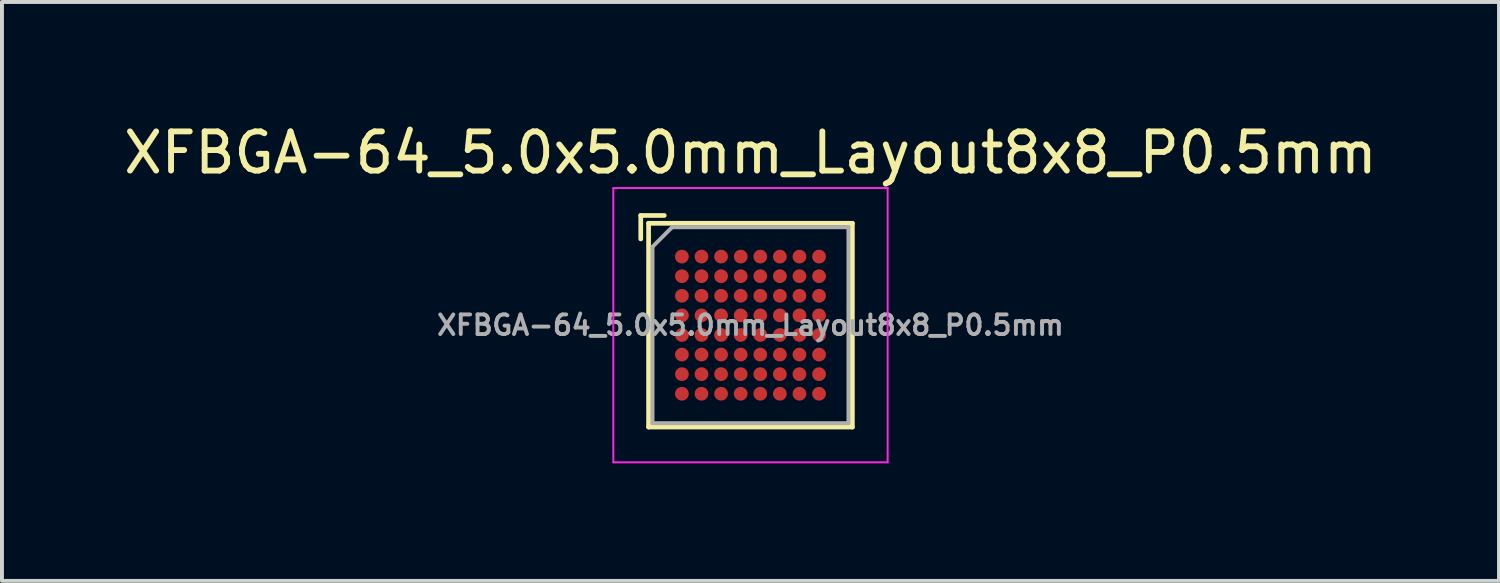
<source format=kicad_pcb>
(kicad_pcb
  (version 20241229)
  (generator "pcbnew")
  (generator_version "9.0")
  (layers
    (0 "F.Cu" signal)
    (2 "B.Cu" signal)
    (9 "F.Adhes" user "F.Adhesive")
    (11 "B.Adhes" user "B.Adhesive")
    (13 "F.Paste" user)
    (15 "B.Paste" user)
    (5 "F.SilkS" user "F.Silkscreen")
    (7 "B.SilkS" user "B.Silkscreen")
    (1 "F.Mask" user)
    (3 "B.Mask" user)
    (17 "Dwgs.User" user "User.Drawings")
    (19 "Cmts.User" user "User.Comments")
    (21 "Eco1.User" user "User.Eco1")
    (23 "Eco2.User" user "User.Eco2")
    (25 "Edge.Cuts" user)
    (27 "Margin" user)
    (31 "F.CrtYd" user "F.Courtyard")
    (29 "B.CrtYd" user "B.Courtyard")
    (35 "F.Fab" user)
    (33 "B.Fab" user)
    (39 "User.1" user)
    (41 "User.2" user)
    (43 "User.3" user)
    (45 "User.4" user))
  (footprint "XFBGA-64_5.0x5.0mm_Layout8x8_P0.5mm"
    (layer "F.Cu")
    (at 16.101 5.248)
    (property "Reference" "XFBGA-64_5.0x5.0mm_Layout8x8_P0.5mm" (at 0 -4.4 0) (layer "F.SilkS") (effects (font (size 1 1) (thickness 0.15))))
    (attr smd)
    (fp_line (start -2.8 -2.8) (end -2.8 -2.2) (stroke (width 0.12) (type solid)) (layer "F.SilkS"))
    (fp_line (start -2.6 -2.6) (end -2.6 2.6) (stroke (width 0.12) (type solid)) (layer "F.SilkS"))
    (fp_line (start -2.6 -2.6) (end 2.6 -2.6) (stroke (width 0.12) (type solid)) (layer "F.SilkS"))
    (fp_line (start -2.6 2.6) (end 2.6 2.6) (stroke (width 0.12) (type solid)) (layer "F.SilkS"))
    (fp_line (start -2.2 -2.8) (end -2.8 -2.8) (stroke (width 0.12) (type solid)) (layer "F.SilkS"))
    (fp_line (start 2.6 -2.6) (end 2.6 2.6) (stroke (width 0.12) (type solid)) (layer "F.SilkS"))
    (fp_line (start -3.5 -3.5) (end 3.5 -3.5) (stroke (width 0.05) (type solid)) (layer "F.CrtYd"))
    (fp_line (start -3.5 3.5) (end -3.5 -3.5) (stroke (width 0.05) (type solid)) (layer "F.CrtYd"))
    (fp_line (start -3.5 3.5) (end 3.5 3.5) (stroke (width 0.05) (type solid)) (layer "F.CrtYd"))
    (fp_line (start 3.5 3.5) (end 3.5 -3.5) (stroke (width 0.05) (type solid)) (layer "F.CrtYd"))
    (fp_line (start -2.5 -2) (end -2 -2.5) (stroke (width 0.1) (type solid)) (layer "F.Fab"))
    (fp_line (start -2.5 2.5) (end -2.5 -2) (stroke (width 0.1) (type solid)) (layer "F.Fab"))
    (fp_line (start -2.5 2.5) (end 2.5 2.5) (stroke (width 0.1) (type solid)) (layer "F.Fab"))
    (fp_line (start -2 -2.5) (end 2.5 -2.5) (stroke (width 0.1) (type solid)) (layer "F.Fab"))
    (fp_line (start 2.5 2.5) (end 2.5 -2.5) (stroke (width 0.1) (type solid)) (layer "F.Fab"))
    (fp_text user "${REFERENCE}" (at 0 0 0) (layer "F.Fab") (effects (font (size 0.5 0.5) (thickness 0.1))))
    (pad "A1" smd circle (at -1.75 -1.75) (size 0.35 0.35) (layers "F.Cu" "F.Mask" "F.Paste"))
    (pad "A2" smd circle (at -1.25 -1.75) (size 0.35 0.35) (layers "F.Cu" "F.Mask" "F.Paste"))
    (pad "A3" smd circle (at -0.75 -1.75) (size 0.35 0.35) (layers "F.Cu" "F.Mask" "F.Paste"))
    (pad "A4" smd circle (at -0.25 -1.75) (size 0.35 0.35) (layers "F.Cu" "F.Mask" "F.Paste"))
    (pad "A5" smd circle (at 0.25 -1.75) (size 0.35 0.35) (layers "F.Cu" "F.Mask" "F.Paste"))
    (pad "A6" smd circle (at 0.75 -1.75) (size 0.35 0.35) (layers "F.Cu" "F.Mask" "F.Paste"))
    (pad "A7" smd circle (at 1.25 -1.75) (size 0.35 0.35) (layers "F.Cu" "F.Mask" "F.Paste"))
    (pad "A8" smd circle (at 1.75 -1.75) (size 0.35 0.35) (layers "F.Cu" "F.Mask" "F.Paste"))
    (pad "B1" smd circle (at -1.75 -1.25) (size 0.35 0.35) (layers "F.Cu" "F.Mask" "F.Paste"))
    (pad "B2" smd circle (at -1.25 -1.25) (size 0.35 0.35) (layers "F.Cu" "F.Mask" "F.Paste"))
    (pad "B3" smd circle (at -0.75 -1.25) (size 0.35 0.35) (layers "F.Cu" "F.Mask" "F.Paste"))
    (pad "B4" smd circle (at -0.25 -1.25) (size 0.35 0.35) (layers "F.Cu" "F.Mask" "F.Paste"))
    (pad "B5" smd circle (at 0.25 -1.25) (size 0.35 0.35) (layers "F.Cu" "F.Mask" "F.Paste"))
    (pad "B6" smd circle (at 0.75 -1.25) (size 0.35 0.35) (layers "F.Cu" "F.Mask" "F.Paste"))
    (pad "B7" smd circle (at 1.25 -1.25) (size 0.35 0.35) (layers "F.Cu" "F.Mask" "F.Paste"))
    (pad "B8" smd circle (at 1.75 -1.25) (size 0.35 0.35) (layers "F.Cu" "F.Mask" "F.Paste"))
    (pad "C1" smd circle (at -1.75 -0.75) (size 0.35 0.35) (layers "F.Cu" "F.Mask" "F.Paste"))
    (pad "C2" smd circle (at -1.25 -0.75) (size 0.35 0.35) (layers "F.Cu" "F.Mask" "F.Paste"))
    (pad "C3" smd circle (at -0.75 -0.75) (size 0.35 0.35) (layers "F.Cu" "F.Mask" "F.Paste"))
    (pad "C4" smd circle (at -0.25 -0.75) (size 0.35 0.35) (layers "F.Cu" "F.Mask" "F.Paste"))
    (pad "C5" smd circle (at 0.25 -0.75) (size 0.35 0.35) (layers "F.Cu" "F.Mask" "F.Paste"))
    (pad "C6" smd circle (at 0.75 -0.75) (size 0.35 0.35) (layers "F.Cu" "F.Mask" "F.Paste"))
    (pad "C7" smd circle (at 1.25 -0.75) (size 0.35 0.35) (layers "F.Cu" "F.Mask" "F.Paste"))
    (pad "C8" smd circle (at 1.75 -0.75) (size 0.35 0.35) (layers "F.Cu" "F.Mask" "F.Paste"))
    (pad "D1" smd circle (at -1.75 -0.25) (size 0.35 0.35) (layers "F.Cu" "F.Mask" "F.Paste"))
    (pad "D2" smd circle (at -1.25 -0.25) (size 0.35 0.35) (layers "F.Cu" "F.Mask" "F.Paste"))
    (pad "D3" smd circle (at -0.75 -0.25) (size 0.35 0.35) (layers "F.Cu" "F.Mask" "F.Paste"))
    (pad "D4" smd circle (at -0.25 -0.25) (size 0.35 0.35) (layers "F.Cu" "F.Mask" "F.Paste"))
    (pad "D5" smd circle (at 0.25 -0.25) (size 0.35 0.35) (layers "F.Cu" "F.Mask" "F.Paste"))
    (pad "D6" smd circle (at 0.75 -0.25) (size 0.35 0.35) (layers "F.Cu" "F.Mask" "F.Paste"))
    (pad "D7" smd circle (at 1.25 -0.25) (size 0.35 0.35) (layers "F.Cu" "F.Mask" "F.Paste"))
    (pad "D8" smd circle (at 1.75 -0.25) (size 0.35 0.35) (layers "F.Cu" "F.Mask" "F.Paste"))
    (pad "E1" smd circle (at -1.75 0.25) (size 0.35 0.35) (layers "F.Cu" "F.Mask" "F.Paste"))
    (pad "E2" smd circle (at -1.25 0.25) (size 0.35 0.35) (layers "F.Cu" "F.Mask" "F.Paste"))
    (pad "E3" smd circle (at -0.75 0.25) (size 0.35 0.35) (layers "F.Cu" "F.Mask" "F.Paste"))
    (pad "E4" smd circle (at -0.25 0.25) (size 0.35 0.35) (layers "F.Cu" "F.Mask" "F.Paste"))
    (pad "E5" smd circle (at 0.25 0.25) (size 0.35 0.35) (layers "F.Cu" "F.Mask" "F.Paste"))
    (pad "E6" smd circle (at 0.75 0.25) (size 0.35 0.35) (layers "F.Cu" "F.Mask" "F.Paste"))
    (pad "E7" smd circle (at 1.25 0.25) (size 0.35 0.35) (layers "F.Cu" "F.Mask" "F.Paste"))
    (pad "E8" smd circle (at 1.75 0.25) (size 0.35 0.35) (layers "F.Cu" "F.Mask" "F.Paste"))
    (pad "F1" smd circle (at -1.75 0.75) (size 0.35 0.35) (layers "F.Cu" "F.Mask" "F.Paste"))
    (pad "F2" smd circle (at -1.25 0.75) (size 0.35 0.35) (layers "F.Cu" "F.Mask" "F.Paste"))
    (pad "F3" smd circle (at -0.75 0.75) (size 0.35 0.35) (layers "F.Cu" "F.Mask" "F.Paste"))
    (pad "F4" smd circle (at -0.25 0.75) (size 0.35 0.35) (layers "F.Cu" "F.Mask" "F.Paste"))
    (pad "F5" smd circle (at 0.25 0.75) (size 0.35 0.35) (layers "F.Cu" "F.Mask" "F.Paste"))
    (pad "F6" smd circle (at 0.75 0.75) (size 0.35 0.35) (layers "F.Cu" "F.Mask" "F.Paste"))
    (pad "F7" smd circle (at 1.25 0.75) (size 0.35 0.35) (layers "F.Cu" "F.Mask" "F.Paste"))
    (pad "F8" smd circle (at 1.75 0.75) (size 0.35 0.35) (layers "F.Cu" "F.Mask" "F.Paste"))
    (pad "G1" smd circle (at -1.75 1.25) (size 0.35 0.35) (layers "F.Cu" "F.Mask" "F.Paste"))
    (pad "G2" smd circle (at -1.25 1.25) (size 0.35 0.35) (layers "F.Cu" "F.Mask" "F.Paste"))
    (pad "G3" smd circle (at -0.75 1.25) (size 0.35 0.35) (layers "F.Cu" "F.Mask" "F.Paste"))
    (pad "G4" smd circle (at -0.25 1.25) (size 0.35 0.35) (layers "F.Cu" "F.Mask" "F.Paste"))
    (pad "G5" smd circle (at 0.25 1.25) (size 0.35 0.35) (layers "F.Cu" "F.Mask" "F.Paste"))
    (pad "G6" smd circle (at 0.75 1.25) (size 0.35 0.35) (layers "F.Cu" "F.Mask" "F.Paste"))
    (pad "G7" smd circle (at 1.25 1.25) (size 0.35 0.35) (layers "F.Cu" "F.Mask" "F.Paste"))
    (pad "G8" smd circle (at 1.75 1.25) (size 0.35 0.35) (layers "F.Cu" "F.Mask" "F.Paste"))
    (pad "H1" smd circle (at -1.75 1.75) (size 0.35 0.35) (layers "F.Cu" "F.Mask" "F.Paste"))
    (pad "H2" smd circle (at -1.25 1.75) (size 0.35 0.35) (layers "F.Cu" "F.Mask" "F.Paste"))
    (pad "H3" smd circle (at -0.75 1.75) (size 0.35 0.35) (layers "F.Cu" "F.Mask" "F.Paste"))
    (pad "H4" smd circle (at -0.25 1.75) (size 0.35 0.35) (layers "F.Cu" "F.Mask" "F.Paste"))
    (pad "H5" smd circle (at 0.25 1.75) (size 0.35 0.35) (layers "F.Cu" "F.Mask" "F.Paste"))
    (pad "H6" smd circle (at 0.75 1.75) (size 0.35 0.35) (layers "F.Cu" "F.Mask" "F.Paste"))
    (pad "H7" smd circle (at 1.25 1.75) (size 0.35 0.35) (layers "F.Cu" "F.Mask" "F.Paste"))
    (pad "H8" smd circle (at 1.75 1.75) (size 0.35 0.35) (layers "F.Cu" "F.Mask" "F.Paste")))
  (gr_rect
    (start -3 -3)
    (end 35.202 11.773)
    (stroke (width 0.1) (type default))
    (fill no)
    (layer "Edge.Cuts")))
</source>
